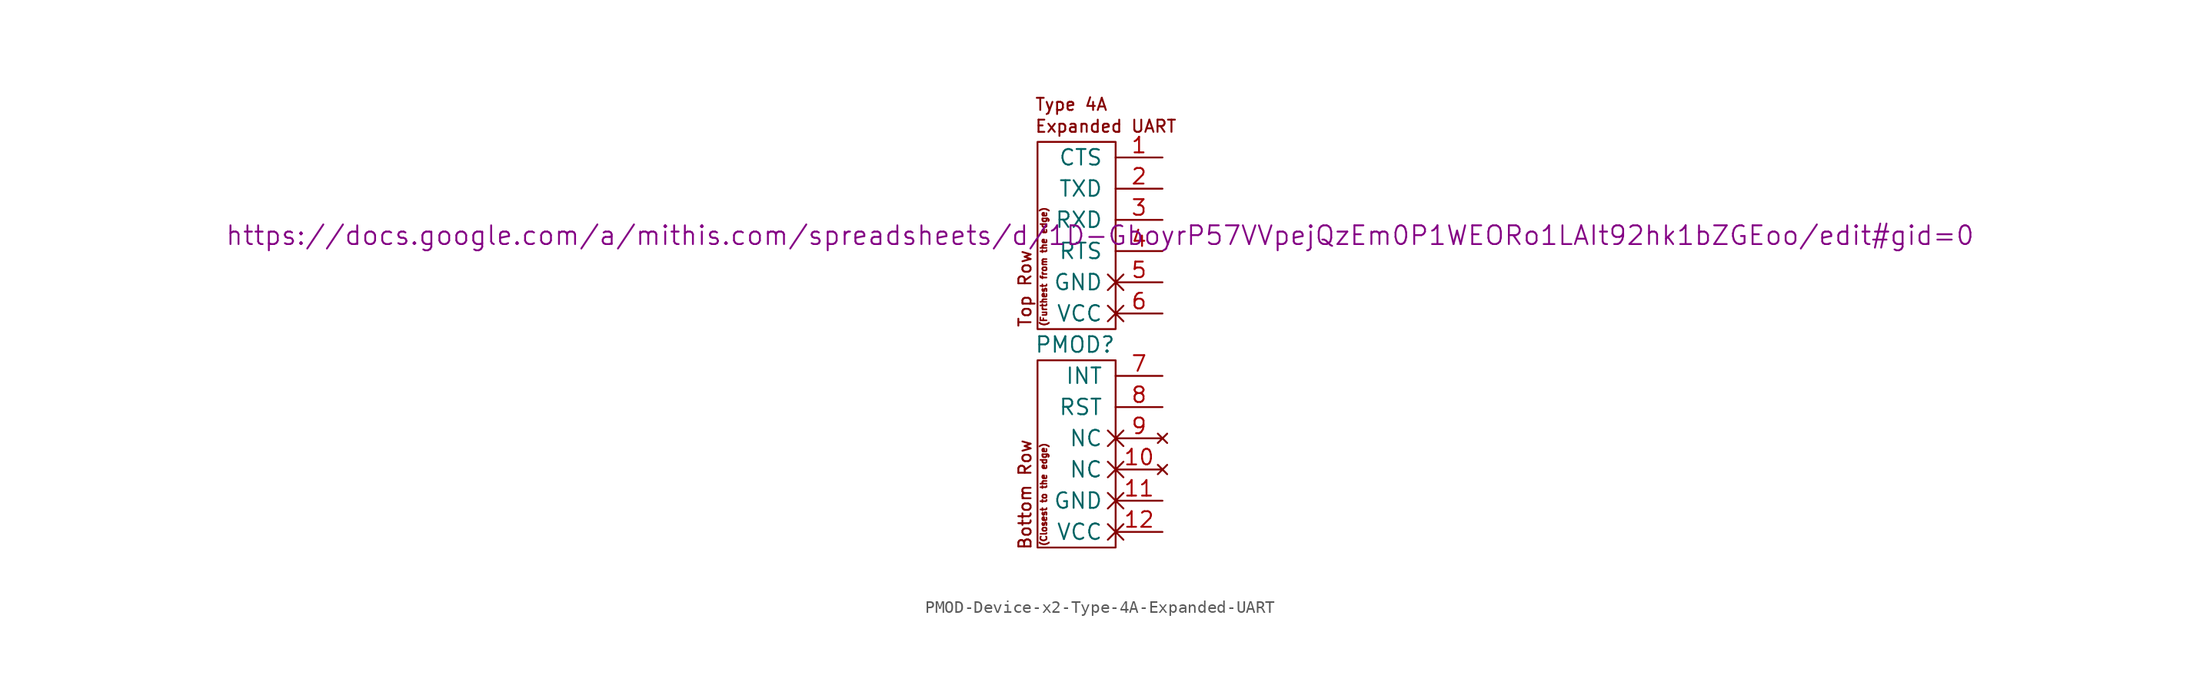
<source format=kicad_sym>
(kicad_symbol_lib
  (version 20211014)
  (generator kicad_symbol_editor)
  (symbol "PMOD-Device-x2-Type-4A-Expanded-UART"
    (pin_names
      (offset 1.016))
    (property "Reference" "PMOD"
      (at -3.302 -1.27 0)
      (effects (font (size 1.27 1.27))))
    (property "Datasheet" "https://docs.google.com/a/mithis.com/spreadsheets/d/1D-GboyrP57VVpejQzEm0P1WEORo1LAIt92hk1bZGEoo/edit#gid=0"
      (at -1.27 7.62 0)
      (effects (font (size 1.524 1.524))))
    (symbol "PMOD-Device-x2-Type-4A-Expanded-UART_0_0"
      (text "(Closest to the edge)" (at -5.842 -13.462 900) (effects (font (size 0.508 0.508))))
      (text "(Furthest from the edge)" (at -5.842 5.08 900) (effects (font (size 0.508 0.508))))
      (text "Bottom Row" (at -7.366 -13.462 900) (effects (font (size 0.991 0.991))))
      (text "Expanded UART" (at -6.604 16.51 0) (effects (font (size 0.991 0.991)) (justify left)))
      (text "Top Row" (at -7.366 3.302 900) (effects (font (size 0.991 0.991))))
      (text "Type 4A" (at -6.604 18.288 0) (effects (font (size 0.991 0.991)) (justify left))))
    (symbol "PMOD-Device-x2-Type-4A-Expanded-UART_0_1"
      (rectangle (start -6.35 -2.54) (end 0 -17.78) (stroke (width 0) (type default) (color 0 0 0 0)) (fill (type none)))
      (rectangle (start 0 15.24) (end -6.35 0) (stroke (width 0) (type default) (color 0 0 0 0)) (fill (type none))))
    (symbol "PMOD-Device-x2-Type-4A-Expanded-UART_1_1"
      (pin input line (at 3.81 13.97 180) (length 3.81) (name "CTS" (effects (font (size 1.27 1.27)))) (number "1" (effects (font (size 1.27 1.27)))))
      (pin no_connect non_logic (at 3.81 -11.43 180) (length 3.81) (name "NC" (effects (font (size 1.27 1.27)))) (number "10" (effects (font (size 1.27 1.27)))))
      (pin power_out non_logic (at 3.81 -13.97 180) (length 3.81) (name "GND" (effects (font (size 1.27 1.27)))) (number "11" (effects (font (size 1.27 1.27)))))
      (pin power_out non_logic (at 3.81 -16.51 180) (length 3.81) (name "VCC" (effects (font (size 1.27 1.27)))) (number "12" (effects (font (size 1.27 1.27)))))
      (pin output line (at 3.81 11.43 180) (length 3.81) (name "TXD" (effects (font (size 1.27 1.27)))) (number "2" (effects (font (size 1.27 1.27)))))
      (pin input line (at 3.81 8.89 180) (length 3.81) (name "RXD" (effects (font (size 1.27 1.27)))) (number "3" (effects (font (size 1.27 1.27)))))
      (pin output line (at 3.81 6.35 180) (length 3.81) (name "RTS" (effects (font (size 1.27 1.27)))) (number "4" (effects (font (size 1.27 1.27)))))
      (pin power_out non_logic (at 3.81 3.81 180) (length 3.81) (name "GND" (effects (font (size 1.27 1.27)))) (number "5" (effects (font (size 1.27 1.27)))))
      (pin power_out non_logic (at 3.81 1.27 180) (length 3.81) (name "VCC" (effects (font (size 1.27 1.27)))) (number "6" (effects (font (size 1.27 1.27)))))
      (pin input line (at 3.81 -3.81 180) (length 3.81) (name "INT" (effects (font (size 1.27 1.27)))) (number "7" (effects (font (size 1.27 1.27)))))
      (pin output line (at 3.81 -6.35 180) (length 3.81) (name "RST" (effects (font (size 1.27 1.27)))) (number "8" (effects (font (size 1.27 1.27)))))
      (pin no_connect non_logic (at 3.81 -8.89 180) (length 3.81) (name "NC" (effects (font (size 1.27 1.27)))) (number "9" (effects (font (size 1.27 1.27))))))))
</source>
